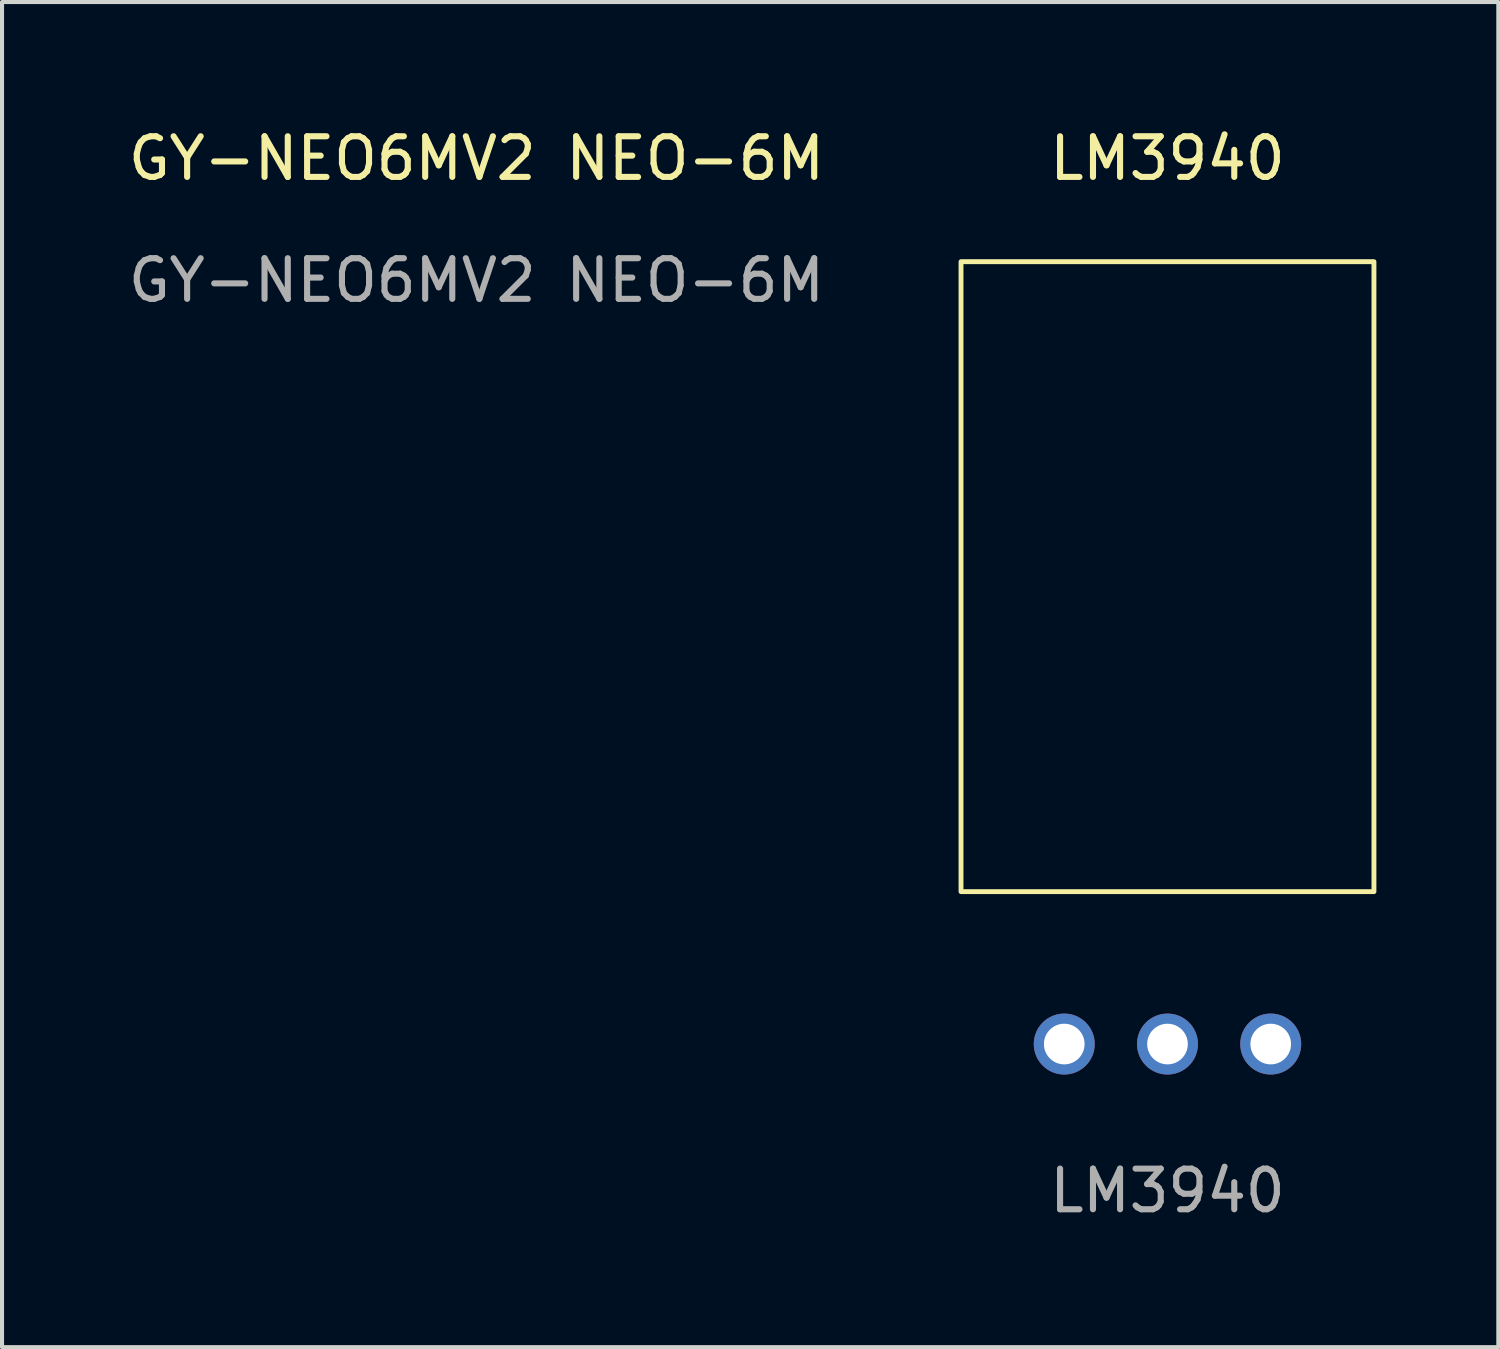
<source format=kicad_pcb>
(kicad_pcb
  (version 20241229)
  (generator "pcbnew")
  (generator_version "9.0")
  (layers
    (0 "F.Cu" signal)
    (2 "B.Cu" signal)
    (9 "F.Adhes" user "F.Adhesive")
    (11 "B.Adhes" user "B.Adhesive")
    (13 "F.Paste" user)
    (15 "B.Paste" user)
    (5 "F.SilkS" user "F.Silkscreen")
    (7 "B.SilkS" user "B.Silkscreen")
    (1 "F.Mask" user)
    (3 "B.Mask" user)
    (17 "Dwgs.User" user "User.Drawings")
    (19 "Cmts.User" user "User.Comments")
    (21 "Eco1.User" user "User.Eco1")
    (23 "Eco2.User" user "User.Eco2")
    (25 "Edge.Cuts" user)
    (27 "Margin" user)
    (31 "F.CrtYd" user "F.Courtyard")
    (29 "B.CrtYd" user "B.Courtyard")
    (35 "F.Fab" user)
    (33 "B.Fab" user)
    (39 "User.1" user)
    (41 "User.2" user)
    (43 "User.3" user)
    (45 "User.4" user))
  (footprint "LM3940"
    (layer "F.Cu")
    (at 20.595 3.388)
    (property "Reference" "LM3940" (at 5.08 -2.54 0) (unlocked yes) (layer "F.SilkS") (effects (font (size 1 1) (thickness 0.15))))
    (attr through_hole)
    (fp_rect (start 0 0) (end 10.16 15.5) (stroke (width 0.12) (type solid)) (fill no) (layer "F.SilkS"))
    (fp_text user "${REFERENCE}" (at 5.08 22.86 0) (unlocked yes) (layer "F.Fab") (effects (font (size 1 1) (thickness 0.15))))
    (pad "1" thru_hole circle (at 2.54 19.25 180) (size 1.5 1.5) (drill 1) (layers "*.Cu" "*.Mask"))
    (pad "2" thru_hole circle (at 5.08 19.25 180) (size 1.5 1.5) (drill 1) (layers "*.Cu" "*.Mask"))
    (pad "3" thru_hole circle (at 7.62 19.25 180) (size 1.5 1.5) (drill 1) (layers "*.Cu" "*.Mask")))
  (footprint "GY-NEO6MV2 NEO-6M"
    (layer "F.Cu")
    (at 8.673 1.348)
    (property "Reference" "GY-NEO6MV2 NEO-6M" (at 0 -0.5 0) (unlocked yes) (layer "F.SilkS") (effects (font (size 1 1) (thickness 0.15))))
    (attr smd)
    (fp_text user "${REFERENCE}" (at 0 2.5 0) (unlocked yes) (layer "F.Fab") (effects (font (size 1 1) (thickness 0.15)))))
  (gr_rect
    (start -3 -3)
    (end 33.815 30.096)
    (stroke (width 0.1) (type default))
    (fill no)
    (layer "Edge.Cuts")))
</source>
